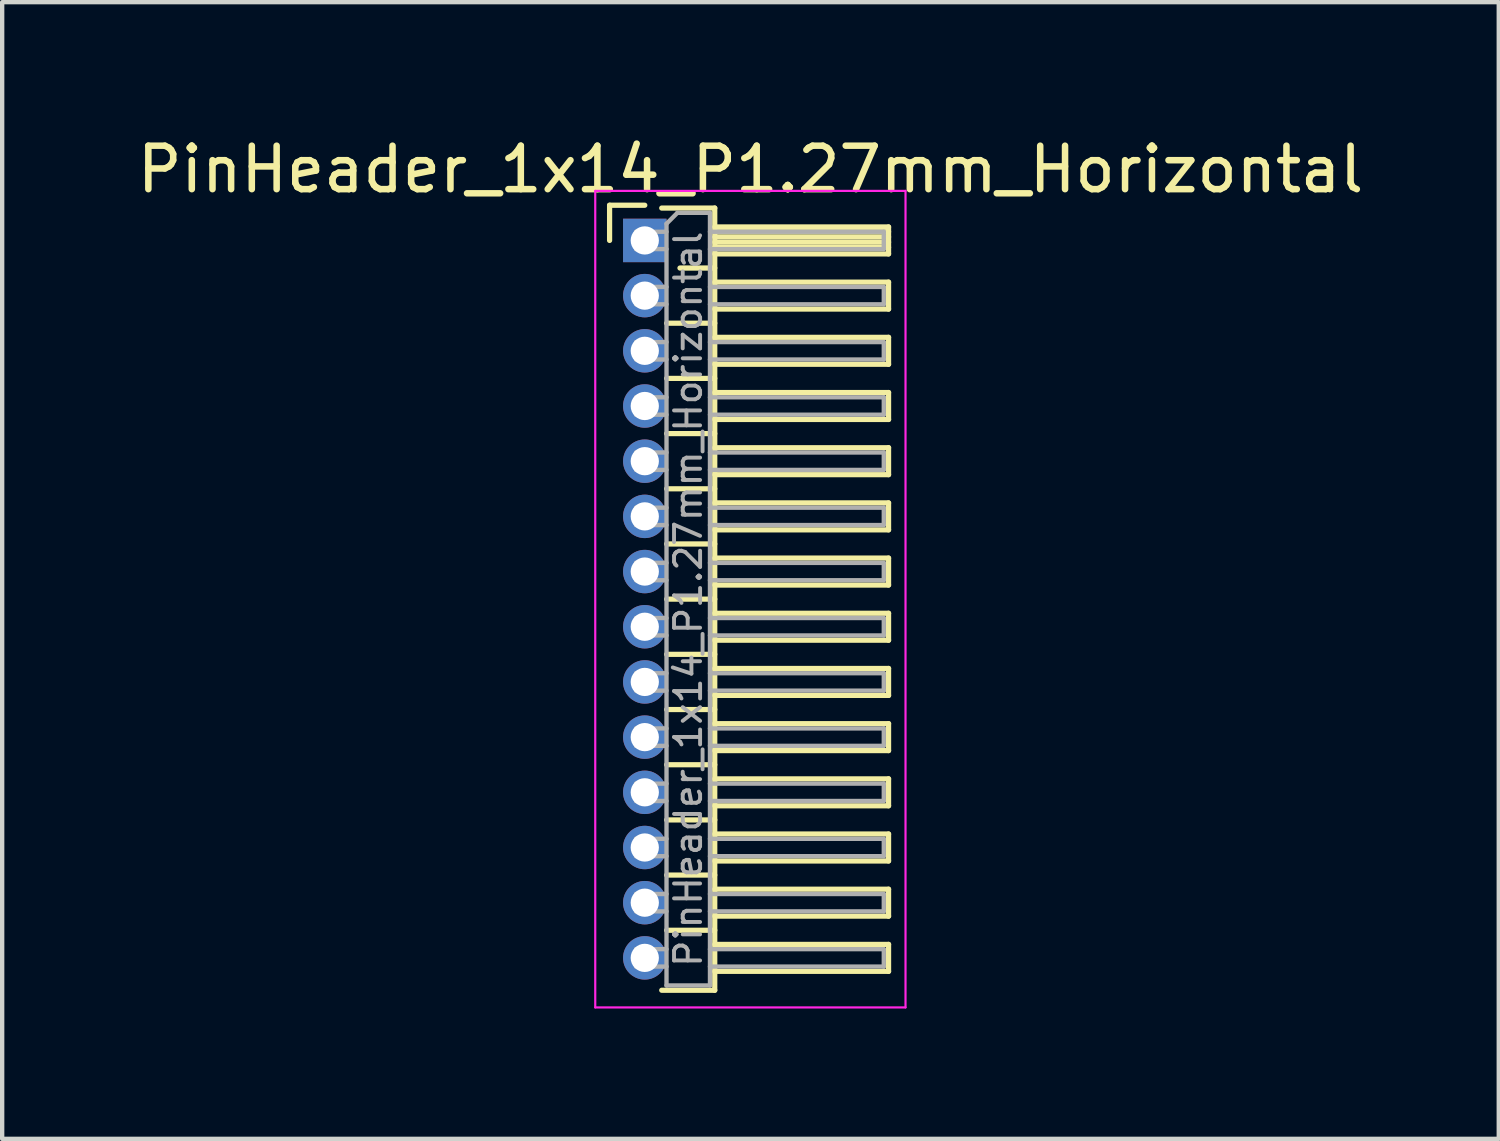
<source format=kicad_pcb>
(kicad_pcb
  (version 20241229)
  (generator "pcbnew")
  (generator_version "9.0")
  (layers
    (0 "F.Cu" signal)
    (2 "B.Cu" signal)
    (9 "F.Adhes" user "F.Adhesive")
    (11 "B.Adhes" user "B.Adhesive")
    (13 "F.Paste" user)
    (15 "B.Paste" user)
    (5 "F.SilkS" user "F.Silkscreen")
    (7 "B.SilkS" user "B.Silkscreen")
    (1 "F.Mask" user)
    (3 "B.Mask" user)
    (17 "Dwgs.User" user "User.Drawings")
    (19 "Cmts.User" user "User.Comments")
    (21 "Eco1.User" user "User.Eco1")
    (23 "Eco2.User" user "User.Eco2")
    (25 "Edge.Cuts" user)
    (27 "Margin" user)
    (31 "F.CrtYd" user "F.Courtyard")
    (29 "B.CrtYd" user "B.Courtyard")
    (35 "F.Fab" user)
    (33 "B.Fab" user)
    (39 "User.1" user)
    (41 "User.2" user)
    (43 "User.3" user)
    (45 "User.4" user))
  (footprint "PinHeader_1x14_P1.27mm_Horizontal"
    (layer "F.Cu")
    (at 11.788 2.483)
    (property "Reference" "PinHeader_1x14_P1.27mm_Horizontal" (at 2.433 -1.635 0) (layer "F.SilkS") (effects (font (size 1 1) (thickness 0.15))))
    (attr through_hole)
    (fp_line (start -0.81 -0.81) (end 0 -0.81) (stroke (width 0.12) (type solid)) (layer "F.SilkS"))
    (fp_line (start -0.81 0) (end -0.81 -0.81) (stroke (width 0.12) (type solid)) (layer "F.SilkS"))
    (fp_line (start 0.39 -0.745) (end 1.61 -0.745) (stroke (width 0.12) (type solid)) (layer "F.SilkS"))
    (fp_line (start 0.503 1.905) (end 1.61 1.905) (stroke (width 0.12) (type solid)) (layer "F.SilkS"))
    (fp_line (start 0.503 3.175) (end 1.61 3.175) (stroke (width 0.12) (type solid)) (layer "F.SilkS"))
    (fp_line (start 0.503 4.445) (end 1.61 4.445) (stroke (width 0.12) (type solid)) (layer "F.SilkS"))
    (fp_line (start 0.503 5.715) (end 1.61 5.715) (stroke (width 0.12) (type solid)) (layer "F.SilkS"))
    (fp_line (start 0.503 6.985) (end 1.61 6.985) (stroke (width 0.12) (type solid)) (layer "F.SilkS"))
    (fp_line (start 0.503 8.255) (end 1.61 8.255) (stroke (width 0.12) (type solid)) (layer "F.SilkS"))
    (fp_line (start 0.503 9.525) (end 1.61 9.525) (stroke (width 0.12) (type solid)) (layer "F.SilkS"))
    (fp_line (start 0.503 10.795) (end 1.61 10.795) (stroke (width 0.12) (type solid)) (layer "F.SilkS"))
    (fp_line (start 0.503 12.065) (end 1.61 12.065) (stroke (width 0.12) (type solid)) (layer "F.SilkS"))
    (fp_line (start 0.503 13.335) (end 1.61 13.335) (stroke (width 0.12) (type solid)) (layer "F.SilkS"))
    (fp_line (start 0.503 14.605) (end 1.61 14.605) (stroke (width 0.12) (type solid)) (layer "F.SilkS"))
    (fp_line (start 0.503 15.875) (end 1.61 15.875) (stroke (width 0.12) (type solid)) (layer "F.SilkS"))
    (fp_line (start 0.81 0.635) (end 1.61 0.635) (stroke (width 0.12) (type solid)) (layer "F.SilkS"))
    (fp_line (start 1.61 -0.745) (end 1.61 17.255) (stroke (width 0.12) (type solid)) (layer "F.SilkS"))
    (fp_line (start 1.61 -0.31) (end 5.61 -0.31) (stroke (width 0.12) (type solid)) (layer "F.SilkS"))
    (fp_line (start 1.61 -0.2) (end 5.61 -0.2) (stroke (width 0.12) (type solid)) (layer "F.SilkS"))
    (fp_line (start 1.61 -0.08) (end 5.61 -0.08) (stroke (width 0.12) (type solid)) (layer "F.SilkS"))
    (fp_line (start 1.61 0.04) (end 5.61 0.04) (stroke (width 0.12) (type solid)) (layer "F.SilkS"))
    (fp_line (start 1.61 0.16) (end 5.61 0.16) (stroke (width 0.12) (type solid)) (layer "F.SilkS"))
    (fp_line (start 1.61 0.96) (end 5.61 0.96) (stroke (width 0.12) (type solid)) (layer "F.SilkS"))
    (fp_line (start 1.61 2.23) (end 5.61 2.23) (stroke (width 0.12) (type solid)) (layer "F.SilkS"))
    (fp_line (start 1.61 3.5) (end 5.61 3.5) (stroke (width 0.12) (type solid)) (layer "F.SilkS"))
    (fp_line (start 1.61 4.77) (end 5.61 4.77) (stroke (width 0.12) (type solid)) (layer "F.SilkS"))
    (fp_line (start 1.61 6.04) (end 5.61 6.04) (stroke (width 0.12) (type solid)) (layer "F.SilkS"))
    (fp_line (start 1.61 7.31) (end 5.61 7.31) (stroke (width 0.12) (type solid)) (layer "F.SilkS"))
    (fp_line (start 1.61 8.58) (end 5.61 8.58) (stroke (width 0.12) (type solid)) (layer "F.SilkS"))
    (fp_line (start 1.61 9.85) (end 5.61 9.85) (stroke (width 0.12) (type solid)) (layer "F.SilkS"))
    (fp_line (start 1.61 11.12) (end 5.61 11.12) (stroke (width 0.12) (type solid)) (layer "F.SilkS"))
    (fp_line (start 1.61 12.39) (end 5.61 12.39) (stroke (width 0.12) (type solid)) (layer "F.SilkS"))
    (fp_line (start 1.61 13.66) (end 5.61 13.66) (stroke (width 0.12) (type solid)) (layer "F.SilkS"))
    (fp_line (start 1.61 14.93) (end 5.61 14.93) (stroke (width 0.12) (type solid)) (layer "F.SilkS"))
    (fp_line (start 1.61 16.2) (end 5.61 16.2) (stroke (width 0.12) (type solid)) (layer "F.SilkS"))
    (fp_line (start 1.61 17.255) (end 0.39 17.255) (stroke (width 0.12) (type solid)) (layer "F.SilkS"))
    (fp_line (start 5.61 -0.31) (end 5.61 0.31) (stroke (width 0.12) (type solid)) (layer "F.SilkS"))
    (fp_line (start 5.61 0.31) (end 1.61 0.31) (stroke (width 0.12) (type solid)) (layer "F.SilkS"))
    (fp_line (start 5.61 0.96) (end 5.61 1.58) (stroke (width 0.12) (type solid)) (layer "F.SilkS"))
    (fp_line (start 5.61 1.58) (end 1.61 1.58) (stroke (width 0.12) (type solid)) (layer "F.SilkS"))
    (fp_line (start 5.61 2.23) (end 5.61 2.85) (stroke (width 0.12) (type solid)) (layer "F.SilkS"))
    (fp_line (start 5.61 2.85) (end 1.61 2.85) (stroke (width 0.12) (type solid)) (layer "F.SilkS"))
    (fp_line (start 5.61 3.5) (end 5.61 4.12) (stroke (width 0.12) (type solid)) (layer "F.SilkS"))
    (fp_line (start 5.61 4.12) (end 1.61 4.12) (stroke (width 0.12) (type solid)) (layer "F.SilkS"))
    (fp_line (start 5.61 4.77) (end 5.61 5.39) (stroke (width 0.12) (type solid)) (layer "F.SilkS"))
    (fp_line (start 5.61 5.39) (end 1.61 5.39) (stroke (width 0.12) (type solid)) (layer "F.SilkS"))
    (fp_line (start 5.61 6.04) (end 5.61 6.66) (stroke (width 0.12) (type solid)) (layer "F.SilkS"))
    (fp_line (start 5.61 6.66) (end 1.61 6.66) (stroke (width 0.12) (type solid)) (layer "F.SilkS"))
    (fp_line (start 5.61 7.31) (end 5.61 7.93) (stroke (width 0.12) (type solid)) (layer "F.SilkS"))
    (fp_line (start 5.61 7.93) (end 1.61 7.93) (stroke (width 0.12) (type solid)) (layer "F.SilkS"))
    (fp_line (start 5.61 8.58) (end 5.61 9.2) (stroke (width 0.12) (type solid)) (layer "F.SilkS"))
    (fp_line (start 5.61 9.2) (end 1.61 9.2) (stroke (width 0.12) (type solid)) (layer "F.SilkS"))
    (fp_line (start 5.61 9.85) (end 5.61 10.47) (stroke (width 0.12) (type solid)) (layer "F.SilkS"))
    (fp_line (start 5.61 10.47) (end 1.61 10.47) (stroke (width 0.12) (type solid)) (layer "F.SilkS"))
    (fp_line (start 5.61 11.12) (end 5.61 11.74) (stroke (width 0.12) (type solid)) (layer "F.SilkS"))
    (fp_line (start 5.61 11.74) (end 1.61 11.74) (stroke (width 0.12) (type solid)) (layer "F.SilkS"))
    (fp_line (start 5.61 12.39) (end 5.61 13.01) (stroke (width 0.12) (type solid)) (layer "F.SilkS"))
    (fp_line (start 5.61 13.01) (end 1.61 13.01) (stroke (width 0.12) (type solid)) (layer "F.SilkS"))
    (fp_line (start 5.61 13.66) (end 5.61 14.28) (stroke (width 0.12) (type solid)) (layer "F.SilkS"))
    (fp_line (start 5.61 14.28) (end 1.61 14.28) (stroke (width 0.12) (type solid)) (layer "F.SilkS"))
    (fp_line (start 5.61 14.93) (end 5.61 15.55) (stroke (width 0.12) (type solid)) (layer "F.SilkS"))
    (fp_line (start 5.61 15.55) (end 1.61 15.55) (stroke (width 0.12) (type solid)) (layer "F.SilkS"))
    (fp_line (start 5.61 16.2) (end 5.61 16.82) (stroke (width 0.12) (type solid)) (layer "F.SilkS"))
    (fp_line (start 5.61 16.82) (end 1.61 16.82) (stroke (width 0.12) (type solid)) (layer "F.SilkS"))
    (fp_line (start -1.14 -1.14) (end -1.14 17.65) (stroke (width 0.05) (type solid)) (layer "F.CrtYd"))
    (fp_line (start -1.14 17.65) (end 6 17.65) (stroke (width 0.05) (type solid)) (layer "F.CrtYd"))
    (fp_line (start 6 -1.14) (end -1.14 -1.14) (stroke (width 0.05) (type solid)) (layer "F.CrtYd"))
    (fp_line (start 6 17.65) (end 6 -1.14) (stroke (width 0.05) (type solid)) (layer "F.CrtYd"))
    (fp_line (start -0.2 -0.2) (end -0.2 0.2) (stroke (width 0.1) (type solid)) (layer "F.Fab"))
    (fp_line (start -0.2 -0.2) (end 0.5 -0.2) (stroke (width 0.1) (type solid)) (layer "F.Fab"))
    (fp_line (start -0.2 0.2) (end 0.5 0.2) (stroke (width 0.1) (type solid)) (layer "F.Fab"))
    (fp_line (start -0.2 1.07) (end -0.2 1.47) (stroke (width 0.1) (type solid)) (layer "F.Fab"))
    (fp_line (start -0.2 1.07) (end 0.5 1.07) (stroke (width 0.1) (type solid)) (layer "F.Fab"))
    (fp_line (start -0.2 1.47) (end 0.5 1.47) (stroke (width 0.1) (type solid)) (layer "F.Fab"))
    (fp_line (start -0.2 2.34) (end -0.2 2.74) (stroke (width 0.1) (type solid)) (layer "F.Fab"))
    (fp_line (start -0.2 2.34) (end 0.5 2.34) (stroke (width 0.1) (type solid)) (layer "F.Fab"))
    (fp_line (start -0.2 2.74) (end 0.5 2.74) (stroke (width 0.1) (type solid)) (layer "F.Fab"))
    (fp_line (start -0.2 3.61) (end -0.2 4.01) (stroke (width 0.1) (type solid)) (layer "F.Fab"))
    (fp_line (start -0.2 3.61) (end 0.5 3.61) (stroke (width 0.1) (type solid)) (layer "F.Fab"))
    (fp_line (start -0.2 4.01) (end 0.5 4.01) (stroke (width 0.1) (type solid)) (layer "F.Fab"))
    (fp_line (start -0.2 4.88) (end -0.2 5.28) (stroke (width 0.1) (type solid)) (layer "F.Fab"))
    (fp_line (start -0.2 4.88) (end 0.5 4.88) (stroke (width 0.1) (type solid)) (layer "F.Fab"))
    (fp_line (start -0.2 5.28) (end 0.5 5.28) (stroke (width 0.1) (type solid)) (layer "F.Fab"))
    (fp_line (start -0.2 6.15) (end -0.2 6.55) (stroke (width 0.1) (type solid)) (layer "F.Fab"))
    (fp_line (start -0.2 6.15) (end 0.5 6.15) (stroke (width 0.1) (type solid)) (layer "F.Fab"))
    (fp_line (start -0.2 6.55) (end 0.5 6.55) (stroke (width 0.1) (type solid)) (layer "F.Fab"))
    (fp_line (start -0.2 7.42) (end -0.2 7.82) (stroke (width 0.1) (type solid)) (layer "F.Fab"))
    (fp_line (start -0.2 7.42) (end 0.5 7.42) (stroke (width 0.1) (type solid)) (layer "F.Fab"))
    (fp_line (start -0.2 7.82) (end 0.5 7.82) (stroke (width 0.1) (type solid)) (layer "F.Fab"))
    (fp_line (start -0.2 8.69) (end -0.2 9.09) (stroke (width 0.1) (type solid)) (layer "F.Fab"))
    (fp_line (start -0.2 8.69) (end 0.5 8.69) (stroke (width 0.1) (type solid)) (layer "F.Fab"))
    (fp_line (start -0.2 9.09) (end 0.5 9.09) (stroke (width 0.1) (type solid)) (layer "F.Fab"))
    (fp_line (start -0.2 9.96) (end -0.2 10.36) (stroke (width 0.1) (type solid)) (layer "F.Fab"))
    (fp_line (start -0.2 9.96) (end 0.5 9.96) (stroke (width 0.1) (type solid)) (layer "F.Fab"))
    (fp_line (start -0.2 10.36) (end 0.5 10.36) (stroke (width 0.1) (type solid)) (layer "F.Fab"))
    (fp_line (start -0.2 11.23) (end -0.2 11.63) (stroke (width 0.1) (type solid)) (layer "F.Fab"))
    (fp_line (start -0.2 11.23) (end 0.5 11.23) (stroke (width 0.1) (type solid)) (layer "F.Fab"))
    (fp_line (start -0.2 11.63) (end 0.5 11.63) (stroke (width 0.1) (type solid)) (layer "F.Fab"))
    (fp_line (start -0.2 12.5) (end -0.2 12.9) (stroke (width 0.1) (type solid)) (layer "F.Fab"))
    (fp_line (start -0.2 12.5) (end 0.5 12.5) (stroke (width 0.1) (type solid)) (layer "F.Fab"))
    (fp_line (start -0.2 12.9) (end 0.5 12.9) (stroke (width 0.1) (type solid)) (layer "F.Fab"))
    (fp_line (start -0.2 13.77) (end -0.2 14.17) (stroke (width 0.1) (type solid)) (layer "F.Fab"))
    (fp_line (start -0.2 13.77) (end 0.5 13.77) (stroke (width 0.1) (type solid)) (layer "F.Fab"))
    (fp_line (start -0.2 14.17) (end 0.5 14.17) (stroke (width 0.1) (type solid)) (layer "F.Fab"))
    (fp_line (start -0.2 15.04) (end -0.2 15.44) (stroke (width 0.1) (type solid)) (layer "F.Fab"))
    (fp_line (start -0.2 15.04) (end 0.5 15.04) (stroke (width 0.1) (type solid)) (layer "F.Fab"))
    (fp_line (start -0.2 15.44) (end 0.5 15.44) (stroke (width 0.1) (type solid)) (layer "F.Fab"))
    (fp_line (start -0.2 16.31) (end -0.2 16.71) (stroke (width 0.1) (type solid)) (layer "F.Fab"))
    (fp_line (start -0.2 16.31) (end 0.5 16.31) (stroke (width 0.1) (type solid)) (layer "F.Fab"))
    (fp_line (start -0.2 16.71) (end 0.5 16.71) (stroke (width 0.1) (type solid)) (layer "F.Fab"))
    (fp_line (start 0.5 -0.385) (end 0.75 -0.635) (stroke (width 0.1) (type solid)) (layer "F.Fab"))
    (fp_line (start 0.5 17.145) (end 0.5 -0.385) (stroke (width 0.1) (type solid)) (layer "F.Fab"))
    (fp_line (start 0.75 -0.635) (end 1.5 -0.635) (stroke (width 0.1) (type solid)) (layer "F.Fab"))
    (fp_line (start 1.5 -0.635) (end 1.5 17.145) (stroke (width 0.1) (type solid)) (layer "F.Fab"))
    (fp_line (start 1.5 -0.2) (end 5.5 -0.2) (stroke (width 0.1) (type solid)) (layer "F.Fab"))
    (fp_line (start 1.5 0.2) (end 5.5 0.2) (stroke (width 0.1) (type solid)) (layer "F.Fab"))
    (fp_line (start 1.5 1.07) (end 5.5 1.07) (stroke (width 0.1) (type solid)) (layer "F.Fab"))
    (fp_line (start 1.5 1.47) (end 5.5 1.47) (stroke (width 0.1) (type solid)) (layer "F.Fab"))
    (fp_line (start 1.5 2.34) (end 5.5 2.34) (stroke (width 0.1) (type solid)) (layer "F.Fab"))
    (fp_line (start 1.5 2.74) (end 5.5 2.74) (stroke (width 0.1) (type solid)) (layer "F.Fab"))
    (fp_line (start 1.5 3.61) (end 5.5 3.61) (stroke (width 0.1) (type solid)) (layer "F.Fab"))
    (fp_line (start 1.5 4.01) (end 5.5 4.01) (stroke (width 0.1) (type solid)) (layer "F.Fab"))
    (fp_line (start 1.5 4.88) (end 5.5 4.88) (stroke (width 0.1) (type solid)) (layer "F.Fab"))
    (fp_line (start 1.5 5.28) (end 5.5 5.28) (stroke (width 0.1) (type solid)) (layer "F.Fab"))
    (fp_line (start 1.5 6.15) (end 5.5 6.15) (stroke (width 0.1) (type solid)) (layer "F.Fab"))
    (fp_line (start 1.5 6.55) (end 5.5 6.55) (stroke (width 0.1) (type solid)) (layer "F.Fab"))
    (fp_line (start 1.5 7.42) (end 5.5 7.42) (stroke (width 0.1) (type solid)) (layer "F.Fab"))
    (fp_line (start 1.5 7.82) (end 5.5 7.82) (stroke (width 0.1) (type solid)) (layer "F.Fab"))
    (fp_line (start 1.5 8.69) (end 5.5 8.69) (stroke (width 0.1) (type solid)) (layer "F.Fab"))
    (fp_line (start 1.5 9.09) (end 5.5 9.09) (stroke (width 0.1) (type solid)) (layer "F.Fab"))
    (fp_line (start 1.5 9.96) (end 5.5 9.96) (stroke (width 0.1) (type solid)) (layer "F.Fab"))
    (fp_line (start 1.5 10.36) (end 5.5 10.36) (stroke (width 0.1) (type solid)) (layer "F.Fab"))
    (fp_line (start 1.5 11.23) (end 5.5 11.23) (stroke (width 0.1) (type solid)) (layer "F.Fab"))
    (fp_line (start 1.5 11.63) (end 5.5 11.63) (stroke (width 0.1) (type solid)) (layer "F.Fab"))
    (fp_line (start 1.5 12.5) (end 5.5 12.5) (stroke (width 0.1) (type solid)) (layer "F.Fab"))
    (fp_line (start 1.5 12.9) (end 5.5 12.9) (stroke (width 0.1) (type solid)) (layer "F.Fab"))
    (fp_line (start 1.5 13.77) (end 5.5 13.77) (stroke (width 0.1) (type solid)) (layer "F.Fab"))
    (fp_line (start 1.5 14.17) (end 5.5 14.17) (stroke (width 0.1) (type solid)) (layer "F.Fab"))
    (fp_line (start 1.5 15.04) (end 5.5 15.04) (stroke (width 0.1) (type solid)) (layer "F.Fab"))
    (fp_line (start 1.5 15.44) (end 5.5 15.44) (stroke (width 0.1) (type solid)) (layer "F.Fab"))
    (fp_line (start 1.5 16.31) (end 5.5 16.31) (stroke (width 0.1) (type solid)) (layer "F.Fab"))
    (fp_line (start 1.5 16.71) (end 5.5 16.71) (stroke (width 0.1) (type solid)) (layer "F.Fab"))
    (fp_line (start 1.5 17.145) (end 0.5 17.145) (stroke (width 0.1) (type solid)) (layer "F.Fab"))
    (fp_line (start 5.5 -0.2) (end 5.5 0.2) (stroke (width 0.1) (type solid)) (layer "F.Fab"))
    (fp_line (start 5.5 1.07) (end 5.5 1.47) (stroke (width 0.1) (type solid)) (layer "F.Fab"))
    (fp_line (start 5.5 2.34) (end 5.5 2.74) (stroke (width 0.1) (type solid)) (layer "F.Fab"))
    (fp_line (start 5.5 3.61) (end 5.5 4.01) (stroke (width 0.1) (type solid)) (layer "F.Fab"))
    (fp_line (start 5.5 4.88) (end 5.5 5.28) (stroke (width 0.1) (type solid)) (layer "F.Fab"))
    (fp_line (start 5.5 6.15) (end 5.5 6.55) (stroke (width 0.1) (type solid)) (layer "F.Fab"))
    (fp_line (start 5.5 7.42) (end 5.5 7.82) (stroke (width 0.1) (type solid)) (layer "F.Fab"))
    (fp_line (start 5.5 8.69) (end 5.5 9.09) (stroke (width 0.1) (type solid)) (layer "F.Fab"))
    (fp_line (start 5.5 9.96) (end 5.5 10.36) (stroke (width 0.1) (type solid)) (layer "F.Fab"))
    (fp_line (start 5.5 11.23) (end 5.5 11.63) (stroke (width 0.1) (type solid)) (layer "F.Fab"))
    (fp_line (start 5.5 12.5) (end 5.5 12.9) (stroke (width 0.1) (type solid)) (layer "F.Fab"))
    (fp_line (start 5.5 13.77) (end 5.5 14.17) (stroke (width 0.1) (type solid)) (layer "F.Fab"))
    (fp_line (start 5.5 15.04) (end 5.5 15.44) (stroke (width 0.1) (type solid)) (layer "F.Fab"))
    (fp_line (start 5.5 16.31) (end 5.5 16.71) (stroke (width 0.1) (type solid)) (layer "F.Fab"))
    (fp_text user "${REFERENCE}" (at 1 8.255 90) (layer "F.Fab") (effects (font (size 0.6 0.6) (thickness 0.09))))
    (pad "1" thru_hole rect (at 0 0) (size 1 1) (drill 0.65) (layers "*.Cu" "*.Mask"))
    (pad "2" thru_hole circle (at 0 1.27) (size 1 1) (drill 0.65) (layers "*.Cu" "*.Mask"))
    (pad "3" thru_hole circle (at 0 2.54) (size 1 1) (drill 0.65) (layers "*.Cu" "*.Mask"))
    (pad "4" thru_hole circle (at 0 3.81) (size 1 1) (drill 0.65) (layers "*.Cu" "*.Mask"))
    (pad "5" thru_hole circle (at 0 5.08) (size 1 1) (drill 0.65) (layers "*.Cu" "*.Mask"))
    (pad "6" thru_hole circle (at 0 6.35) (size 1 1) (drill 0.65) (layers "*.Cu" "*.Mask"))
    (pad "7" thru_hole circle (at 0 7.62) (size 1 1) (drill 0.65) (layers "*.Cu" "*.Mask"))
    (pad "8" thru_hole circle (at 0 8.89) (size 1 1) (drill 0.65) (layers "*.Cu" "*.Mask"))
    (pad "9" thru_hole circle (at 0 10.16) (size 1 1) (drill 0.65) (layers "*.Cu" "*.Mask"))
    (pad "10" thru_hole circle (at 0 11.43) (size 1 1) (drill 0.65) (layers "*.Cu" "*.Mask"))
    (pad "11" thru_hole circle (at 0 12.7) (size 1 1) (drill 0.65) (layers "*.Cu" "*.Mask"))
    (pad "12" thru_hole circle (at 0 13.97) (size 1 1) (drill 0.65) (layers "*.Cu" "*.Mask"))
    (pad "13" thru_hole circle (at 0 15.24) (size 1 1) (drill 0.65) (layers "*.Cu" "*.Mask"))
    (pad "14" thru_hole circle (at 0 16.51) (size 1 1) (drill 0.65) (layers "*.Cu" "*.Mask")))
  (gr_rect
    (start -3 -3)
    (end 31.44 23.158)
    (stroke (width 0.1) (type default))
    (fill no)
    (layer "Edge.Cuts")))
</source>
